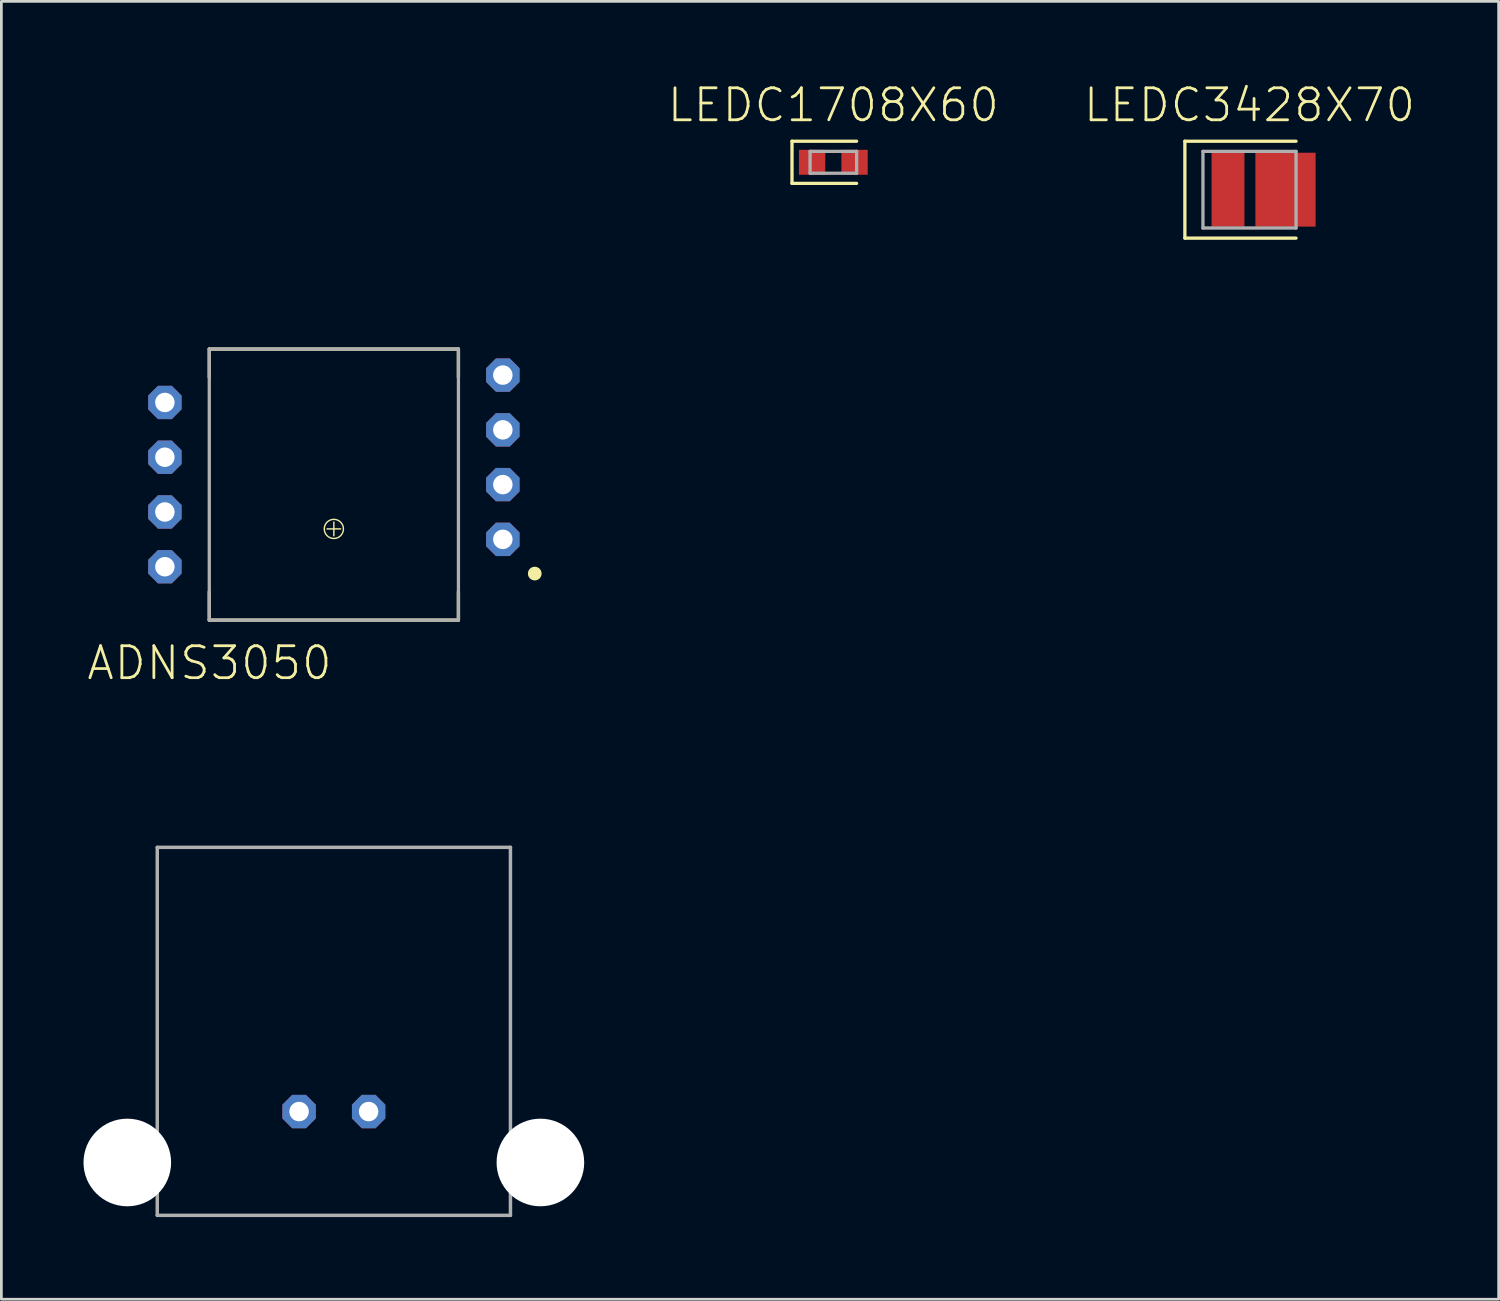
<source format=kicad_pcb>
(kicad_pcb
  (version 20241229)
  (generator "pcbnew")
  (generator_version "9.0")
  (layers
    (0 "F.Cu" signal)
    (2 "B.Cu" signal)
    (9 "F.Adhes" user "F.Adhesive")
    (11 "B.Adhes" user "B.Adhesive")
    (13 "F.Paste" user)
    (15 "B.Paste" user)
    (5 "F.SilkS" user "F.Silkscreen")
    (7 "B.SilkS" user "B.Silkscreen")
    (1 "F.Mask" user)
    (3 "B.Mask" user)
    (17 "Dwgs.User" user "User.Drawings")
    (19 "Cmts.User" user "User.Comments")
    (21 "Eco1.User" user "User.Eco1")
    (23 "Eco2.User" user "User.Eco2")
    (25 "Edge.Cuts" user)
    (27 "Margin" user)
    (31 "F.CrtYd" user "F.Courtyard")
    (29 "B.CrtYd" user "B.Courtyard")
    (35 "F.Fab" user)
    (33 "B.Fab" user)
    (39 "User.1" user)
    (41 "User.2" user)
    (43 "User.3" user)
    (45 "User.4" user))
  (footprint "LEDC1708X60"
    (layer "F.Cu")
    (at 27.388 2.878)
    (property "Reference" "LEDC1708X60" (at 0 -1.405 0) (layer "F.SilkS") (effects (font (size 1.168 1.168) (thickness 0.102)) (justify bottom)))
    (fp_line (start -1.51 -0.77) (end -1.51 0.77) (stroke (width 0.12) (type solid)) (layer "F.SilkS"))
    (fp_line (start -1.51 0.77) (end 0.85 0.77) (stroke (width 0.12) (type solid)) (layer "F.SilkS"))
    (fp_line (start 0.85 -0.77) (end -1.51 -0.77) (stroke (width 0.12) (type solid)) (layer "F.SilkS"))
    (fp_line (start -0.85 -0.4) (end 0.85 -0.4) (stroke (width 0.12) (type solid)) (layer "F.Fab"))
    (fp_line (start -0.85 0.4) (end -0.85 -0.4) (stroke (width 0.12) (type solid)) (layer "F.Fab"))
    (fp_line (start 0.85 -0.4) (end 0.85 0.4) (stroke (width 0.12) (type solid)) (layer "F.Fab"))
    (fp_line (start 0.85 0.4) (end -0.85 0.4) (stroke (width 0.12) (type solid)) (layer "F.Fab"))
    (pad "C" smd rect (at -0.775 0) (size 0.962 0.912) (layers "F.Cu" "F.Mask" "F.Paste"))
    (pad "E" smd rect (at 0.775 0) (size 0.962 0.912) (layers "F.Cu" "F.Mask" "F.Paste")))
  (footprint "LEDC3428X70"
    (layer "F.Cu")
    (at 42.588 3.878)
    (property "Reference" "LEDC3428X70" (at 0 -2.405 0) (layer "F.SilkS") (effects (font (size 1.168 1.168) (thickness 0.102)) (justify bottom)))
    (fp_line (start -2.36 -1.77) (end -2.36 1.77) (stroke (width 0.12) (type solid)) (layer "F.SilkS"))
    (fp_line (start -2.36 1.77) (end 1.7 1.77) (stroke (width 0.12) (type solid)) (layer "F.SilkS"))
    (fp_line (start 1.7 -1.77) (end -2.36 -1.77) (stroke (width 0.12) (type solid)) (layer "F.SilkS"))
    (fp_line (start -1.7 -1.4) (end 1.7 -1.4) (stroke (width 0.12) (type solid)) (layer "F.Fab"))
    (fp_line (start -1.7 1.4) (end -1.7 -1.4) (stroke (width 0.12) (type solid)) (layer "F.Fab"))
    (fp_line (start 1.7 -1.4) (end 1.7 1.4) (stroke (width 0.12) (type solid)) (layer "F.Fab"))
    (fp_line (start 1.7 1.4) (end -1.7 1.4) (stroke (width 0.12) (type solid)) (layer "F.Fab"))
    (pad "1" smd rect (at -0.785 0) (size 1.2 2.7) (layers "F.Cu" "F.Mask" "F.Paste"))
    (pad "2" smd rect (at 1.315 0) (size 2.2 2.7) (layers "F.Cu" "F.Mask" "F.Paste")))
  (footprint "ADNS3050"
    (layer "F.Cu")
    (at 9.144 13.4)
    (property "Reference" "ADNS3050" (at 0 7.085 0) (layer "F.SilkS") (effects (font (size 1.168 1.168) (thickness 0.102)) (justify right top)))
    (fp_line (start -4.55 -3.7) (end -4.55 -2.666) (stroke (width 0.12) (type solid)) (layer "F.SilkS"))
    (fp_line (start -4.55 6.2) (end -4.55 5.166) (stroke (width 0.12) (type solid)) (layer "F.SilkS"))
    (fp_line (start 0 3.119) (end 0 2.619) (stroke (width 0.051) (type solid)) (layer "F.SilkS"))
    (fp_line (start 0.25 2.869) (end -0.25 2.869) (stroke (width 0.051) (type solid)) (layer "F.SilkS"))
    (fp_line (start 4.55 -3.7) (end -4.55 -3.7) (stroke (width 0.12) (type solid)) (layer "F.SilkS"))
    (fp_line (start 4.55 -2.666) (end 4.55 -3.7) (stroke (width 0.12) (type solid)) (layer "F.SilkS"))
    (fp_line (start 4.55 5.166) (end 4.55 6.2) (stroke (width 0.12) (type solid)) (layer "F.SilkS"))
    (fp_line (start 4.55 6.2) (end -4.55 6.2) (stroke (width 0.12) (type solid)) (layer "F.SilkS"))
    (fp_circle (center 0 2.869) (end 0.35 2.869) (stroke (width 0.051) (type solid)) (fill no) (layer "F.SilkS"))
    (fp_circle (center 7.338 4.5) (end 7.463 4.5) (stroke (width 0.25) (type solid)) (fill yes) (layer "F.SilkS"))
    (fp_line (start -6.45 14.5) (end -6.45 27.94) (stroke (width 0.127) (type solid)) (layer "F.Fab"))
    (fp_line (start -6.45 27.94) (end 6.45 27.94) (stroke (width 0.127) (type solid)) (layer "F.Fab"))
    (fp_line (start -4.55 -3.7) (end 4.55 -3.7) (stroke (width 0.12) (type solid)) (layer "F.Fab"))
    (fp_line (start -4.55 6.2) (end -4.55 -3.7) (stroke (width 0.12) (type solid)) (layer "F.Fab"))
    (fp_line (start 4.55 -3.7) (end 4.55 6.2) (stroke (width 0.12) (type solid)) (layer "F.Fab"))
    (fp_line (start 4.55 6.2) (end -4.55 6.2) (stroke (width 0.12) (type solid)) (layer "F.Fab"))
    (fp_line (start 6.45 14.5) (end -6.45 14.5) (stroke (width 0.127) (type solid)) (layer "F.Fab"))
    (fp_line (start 6.45 27.94) (end 6.45 14.5) (stroke (width 0.127) (type solid)) (layer "F.Fab"))
    (pad "" np_thru_hole circle (at -7.544 26.01) (size 3.2 3.2) (drill 3.2) (layers "*.Cu" "*.Mask"))
    (pad "" np_thru_hole circle (at 7.544 26.01) (size 3.2 3.2) (drill 3.2) (layers "*.Cu" "*.Mask"))
    (pad "1" thru_hole roundrect (at 6.172 3.25 180) (size 1.219 1.219) (drill 0.711) (layers "*.Cu" "*.Mask") (roundrect_rratio 0.25) (chamfer_ratio 0.293) (chamfer top_left top_right bottom_left bottom_right))
    (pad "2" thru_hole roundrect (at 6.172 1.25 180) (size 1.219 1.219) (drill 0.711) (layers "*.Cu" "*.Mask") (roundrect_rratio 0.25) (chamfer_ratio 0.293) (chamfer top_left top_right bottom_left bottom_right))
    (pad "3" thru_hole roundrect (at 6.172 -0.75 180) (size 1.219 1.219) (drill 0.711) (layers "*.Cu" "*.Mask") (roundrect_rratio 0.25) (chamfer_ratio 0.293) (chamfer top_left top_right bottom_left bottom_right))
    (pad "4" thru_hole roundrect (at 6.172 -2.75 180) (size 1.219 1.219) (drill 0.711) (layers "*.Cu" "*.Mask") (roundrect_rratio 0.25) (chamfer_ratio 0.293) (chamfer top_left top_right bottom_left bottom_right))
    (pad "5" thru_hole roundrect (at -6.172 -1.75 180) (size 1.219 1.219) (drill 0.711) (layers "*.Cu" "*.Mask") (roundrect_rratio 0.25) (chamfer_ratio 0.293) (chamfer top_left top_right bottom_left bottom_right))
    (pad "6" thru_hole roundrect (at -6.172 0.25 180) (size 1.219 1.219) (drill 0.711) (layers "*.Cu" "*.Mask") (roundrect_rratio 0.25) (chamfer_ratio 0.293) (chamfer top_left top_right bottom_left bottom_right))
    (pad "7" thru_hole roundrect (at -6.172 2.25 180) (size 1.219 1.219) (drill 0.711) (layers "*.Cu" "*.Mask") (roundrect_rratio 0.25) (chamfer_ratio 0.293) (chamfer top_left top_right bottom_left bottom_right))
    (pad "8" thru_hole roundrect (at -6.172 4.25 180) (size 1.219 1.219) (drill 0.711) (layers "*.Cu" "*.Mask") (roundrect_rratio 0.25) (chamfer_ratio 0.293) (chamfer top_left top_right bottom_left bottom_right))
    (pad "A" thru_hole roundrect (at 1.27 24.15) (size 1.219 1.219) (drill 0.711) (layers "*.Cu" "*.Mask") (roundrect_rratio 0.25) (chamfer_ratio 0.293) (chamfer top_left top_right bottom_left bottom_right))
    (pad "K" thru_hole roundrect (at -1.27 24.15) (size 1.219 1.219) (drill 0.711) (layers "*.Cu" "*.Mask") (roundrect_rratio 0.25) (chamfer_ratio 0.293) (chamfer top_left top_right bottom_left bottom_right))
    (zone (net_name "") (layer "F.Cu") (hatch edge 0.508) (connect_pads) (min_thickness 0.254) (filled_areas_thickness no) (keepout (tracks not_allowed) (vias not_allowed) (pads not_allowed) (copperpour not_allowed) (footprints allowed)) (placement (enabled no)) (fill) (polygon (pts (xy 4.944 29.6) (xy 13.344 29.6) (xy 13.344 0) (xy 4.944 0))))
    (zone (net_name "") (layer "B.Cu") (hatch edge 0.508) (connect_pads) (min_thickness 0.254) (filled_areas_thickness no) (keepout (tracks not_allowed) (vias not_allowed) (pads not_allowed) (copperpour not_allowed) (footprints allowed)) (placement (enabled no)) (fill) (polygon (pts (xy 4.944 29.6) (xy 13.344 29.6) (xy 13.344 0) (xy 4.944 0)))))
  (gr_rect
    (start -3 -3)
    (end 51.688 44.404)
    (stroke (width 0.1) (type default))
    (fill no)
    (layer "Edge.Cuts")))
</source>
